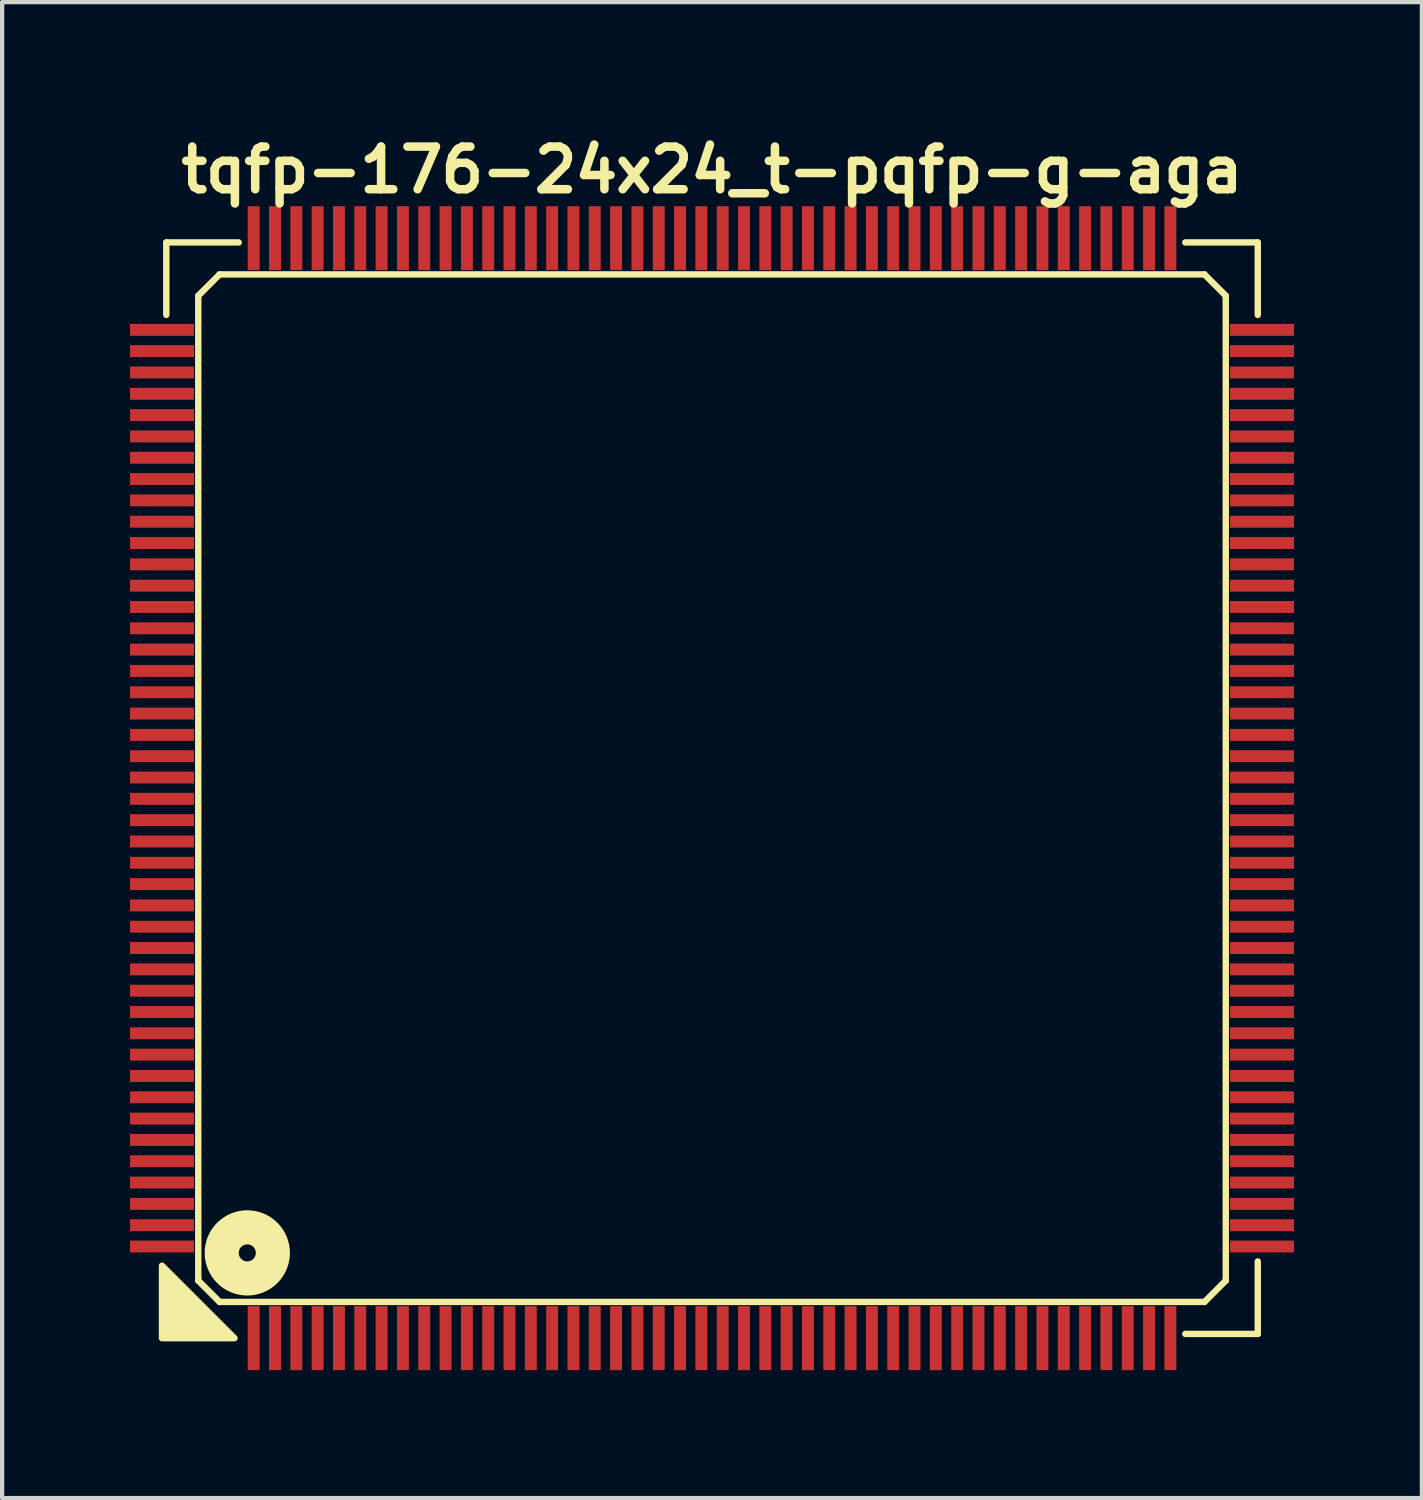
<source format=kicad_pcb>
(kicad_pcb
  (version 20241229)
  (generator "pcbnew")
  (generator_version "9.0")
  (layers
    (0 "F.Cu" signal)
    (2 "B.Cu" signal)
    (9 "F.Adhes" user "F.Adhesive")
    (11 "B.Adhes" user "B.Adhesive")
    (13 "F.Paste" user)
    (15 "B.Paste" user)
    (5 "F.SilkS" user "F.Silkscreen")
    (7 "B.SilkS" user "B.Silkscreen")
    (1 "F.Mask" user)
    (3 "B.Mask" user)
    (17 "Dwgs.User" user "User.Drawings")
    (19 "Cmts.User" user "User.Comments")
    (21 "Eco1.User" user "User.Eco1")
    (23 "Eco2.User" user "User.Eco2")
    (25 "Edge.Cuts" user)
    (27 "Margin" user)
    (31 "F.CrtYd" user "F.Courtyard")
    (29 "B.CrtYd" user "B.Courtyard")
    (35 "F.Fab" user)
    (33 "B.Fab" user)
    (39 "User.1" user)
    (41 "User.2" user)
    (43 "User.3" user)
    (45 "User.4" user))
  (footprint "tqfp-176-24x24_t-pqfp-g-aga"
    (layer "F.Cu")
    (at 13.65 15.436)
    (property "Reference" "tqfp-176-24x24_t-pqfp-g-aga" (at 0 -14.5 0) (layer "F.SilkS") (effects (font (size 1 1) (thickness 0.2))))
    (attr smd)
    (fp_line (start -12.8 -12.8) (end -11.1 -12.8) (stroke (width 0.15) (type solid)) (layer "F.SilkS"))
    (fp_line (start -12.8 -11.1) (end -12.8 -12.8) (stroke (width 0.15) (type solid)) (layer "F.SilkS"))
    (fp_line (start -12.05 -11.55) (end -11.55 -12.05) (stroke (width 0.15) (type solid)) (layer "F.SilkS"))
    (fp_line (start -12.05 11.55) (end -12.05 -11.55) (stroke (width 0.15) (type solid)) (layer "F.SilkS"))
    (fp_line (start -11.55 -12.05) (end 11.55 -12.05) (stroke (width 0.15) (type solid)) (layer "F.SilkS"))
    (fp_line (start -11.55 12.05) (end -12.05 11.55) (stroke (width 0.15) (type solid)) (layer "F.SilkS"))
    (fp_line (start 11.1 -12.8) (end 12.8 -12.8) (stroke (width 0.15) (type solid)) (layer "F.SilkS"))
    (fp_line (start 11.55 -12.05) (end 12.05 -11.55) (stroke (width 0.15) (type solid)) (layer "F.SilkS"))
    (fp_line (start 11.55 12.05) (end -11.55 12.05) (stroke (width 0.15) (type solid)) (layer "F.SilkS"))
    (fp_line (start 12.05 -11.55) (end 12.05 11.55) (stroke (width 0.15) (type solid)) (layer "F.SilkS"))
    (fp_line (start 12.05 11.55) (end 11.55 12.05) (stroke (width 0.15) (type solid)) (layer "F.SilkS"))
    (fp_line (start 12.8 -12.8) (end 12.8 -11.1) (stroke (width 0.15) (type solid)) (layer "F.SilkS"))
    (fp_line (start 12.8 11.1) (end 12.8 12.8) (stroke (width 0.15) (type solid)) (layer "F.SilkS"))
    (fp_line (start 12.8 12.8) (end 11.1 12.8) (stroke (width 0.15) (type solid)) (layer "F.SilkS"))
    (fp_circle (center -10.9 10.9) (end -10.7 10.9) (stroke (width 0.8) (type solid)) (fill no) (layer "F.SilkS"))
    (fp_poly (pts (xy -11.2 12.9) (xy -12.9 12.9) (xy -12.9 11.2)) (stroke (width 0.15) (type solid)) (fill yes) (layer "F.SilkS"))
    (pad "1" smd rect (at -10.75 12.9) (size 0.28 1.5) (layers "F.Cu" "F.Mask" "F.Paste"))
    (pad "2" smd rect (at -10.25 12.9) (size 0.28 1.5) (layers "F.Cu" "F.Mask" "F.Paste"))
    (pad "3" smd rect (at -9.75 12.9) (size 0.28 1.5) (layers "F.Cu" "F.Mask" "F.Paste"))
    (pad "4" smd rect (at -9.25 12.9) (size 0.28 1.5) (layers "F.Cu" "F.Mask" "F.Paste"))
    (pad "5" smd rect (at -8.75 12.9) (size 0.28 1.5) (layers "F.Cu" "F.Mask" "F.Paste"))
    (pad "6" smd rect (at -8.25 12.9) (size 0.28 1.5) (layers "F.Cu" "F.Mask" "F.Paste"))
    (pad "7" smd rect (at -7.75 12.9) (size 0.28 1.5) (layers "F.Cu" "F.Mask" "F.Paste"))
    (pad "8" smd rect (at -7.25 12.9) (size 0.28 1.5) (layers "F.Cu" "F.Mask" "F.Paste"))
    (pad "9" smd rect (at -6.75 12.9) (size 0.28 1.5) (layers "F.Cu" "F.Mask" "F.Paste"))
    (pad "10" smd rect (at -6.25 12.9) (size 0.28 1.5) (layers "F.Cu" "F.Mask" "F.Paste"))
    (pad "11" smd rect (at -5.75 12.9) (size 0.28 1.5) (layers "F.Cu" "F.Mask" "F.Paste"))
    (pad "12" smd rect (at -5.25 12.9) (size 0.28 1.5) (layers "F.Cu" "F.Mask" "F.Paste"))
    (pad "13" smd rect (at -4.75 12.9) (size 0.28 1.5) (layers "F.Cu" "F.Mask" "F.Paste"))
    (pad "14" smd rect (at -4.25 12.9) (size 0.28 1.5) (layers "F.Cu" "F.Mask" "F.Paste"))
    (pad "15" smd rect (at -3.75 12.9) (size 0.28 1.5) (layers "F.Cu" "F.Mask" "F.Paste"))
    (pad "16" smd rect (at -3.25 12.9) (size 0.28 1.5) (layers "F.Cu" "F.Mask" "F.Paste"))
    (pad "17" smd rect (at -2.75 12.9) (size 0.28 1.5) (layers "F.Cu" "F.Mask" "F.Paste"))
    (pad "18" smd rect (at -2.25 12.9) (size 0.28 1.5) (layers "F.Cu" "F.Mask" "F.Paste"))
    (pad "19" smd rect (at -1.75 12.9) (size 0.28 1.5) (layers "F.Cu" "F.Mask" "F.Paste"))
    (pad "20" smd rect (at -1.25 12.9) (size 0.28 1.5) (layers "F.Cu" "F.Mask" "F.Paste"))
    (pad "21" smd rect (at -0.75 12.9) (size 0.28 1.5) (layers "F.Cu" "F.Mask" "F.Paste"))
    (pad "22" smd rect (at -0.25 12.9) (size 0.28 1.5) (layers "F.Cu" "F.Mask" "F.Paste"))
    (pad "23" smd rect (at 0.25 12.9) (size 0.28 1.5) (layers "F.Cu" "F.Mask" "F.Paste"))
    (pad "24" smd rect (at 0.75 12.9) (size 0.28 1.5) (layers "F.Cu" "F.Mask" "F.Paste"))
    (pad "25" smd rect (at 1.25 12.9) (size 0.28 1.5) (layers "F.Cu" "F.Mask" "F.Paste"))
    (pad "26" smd rect (at 1.75 12.9) (size 0.28 1.5) (layers "F.Cu" "F.Mask" "F.Paste"))
    (pad "27" smd rect (at 2.25 12.9) (size 0.28 1.5) (layers "F.Cu" "F.Mask" "F.Paste"))
    (pad "28" smd rect (at 2.75 12.9) (size 0.28 1.5) (layers "F.Cu" "F.Mask" "F.Paste"))
    (pad "29" smd rect (at 3.25 12.9) (size 0.28 1.5) (layers "F.Cu" "F.Mask" "F.Paste"))
    (pad "30" smd rect (at 3.75 12.9) (size 0.28 1.5) (layers "F.Cu" "F.Mask" "F.Paste"))
    (pad "31" smd rect (at 4.25 12.9) (size 0.28 1.5) (layers "F.Cu" "F.Mask" "F.Paste"))
    (pad "32" smd rect (at 4.75 12.9) (size 0.28 1.5) (layers "F.Cu" "F.Mask" "F.Paste"))
    (pad "33" smd rect (at 5.25 12.9) (size 0.28 1.5) (layers "F.Cu" "F.Mask" "F.Paste"))
    (pad "34" smd rect (at 5.75 12.9) (size 0.28 1.5) (layers "F.Cu" "F.Mask" "F.Paste"))
    (pad "35" smd rect (at 6.25 12.9) (size 0.28 1.5) (layers "F.Cu" "F.Mask" "F.Paste"))
    (pad "36" smd rect (at 6.75 12.9) (size 0.28 1.5) (layers "F.Cu" "F.Mask" "F.Paste"))
    (pad "37" smd rect (at 7.25 12.9) (size 0.28 1.5) (layers "F.Cu" "F.Mask" "F.Paste"))
    (pad "38" smd rect (at 7.75 12.9) (size 0.28 1.5) (layers "F.Cu" "F.Mask" "F.Paste"))
    (pad "39" smd rect (at 8.25 12.9) (size 0.28 1.5) (layers "F.Cu" "F.Mask" "F.Paste"))
    (pad "40" smd rect (at 8.75 12.9) (size 0.28 1.5) (layers "F.Cu" "F.Mask" "F.Paste"))
    (pad "41" smd rect (at 9.25 12.9) (size 0.28 1.5) (layers "F.Cu" "F.Mask" "F.Paste"))
    (pad "42" smd rect (at 9.75 12.9) (size 0.28 1.5) (layers "F.Cu" "F.Mask" "F.Paste"))
    (pad "43" smd rect (at 10.25 12.9) (size 0.28 1.5) (layers "F.Cu" "F.Mask" "F.Paste"))
    (pad "44" smd rect (at 10.75 12.9) (size 0.28 1.5) (layers "F.Cu" "F.Mask" "F.Paste"))
    (pad "45" smd rect (at 12.9 10.75) (size 1.5 0.28) (layers "F.Cu" "F.Mask" "F.Paste"))
    (pad "46" smd rect (at 12.9 10.25) (size 1.5 0.28) (layers "F.Cu" "F.Mask" "F.Paste"))
    (pad "47" smd rect (at 12.9 9.75) (size 1.5 0.28) (layers "F.Cu" "F.Mask" "F.Paste"))
    (pad "48" smd rect (at 12.9 9.25) (size 1.5 0.28) (layers "F.Cu" "F.Mask" "F.Paste"))
    (pad "49" smd rect (at 12.9 8.75) (size 1.5 0.28) (layers "F.Cu" "F.Mask" "F.Paste"))
    (pad "50" smd rect (at 12.9 8.25) (size 1.5 0.28) (layers "F.Cu" "F.Mask" "F.Paste"))
    (pad "51" smd rect (at 12.9 7.75) (size 1.5 0.28) (layers "F.Cu" "F.Mask" "F.Paste"))
    (pad "52" smd rect (at 12.9 7.25) (size 1.5 0.28) (layers "F.Cu" "F.Mask" "F.Paste"))
    (pad "53" smd rect (at 12.9 6.75) (size 1.5 0.28) (layers "F.Cu" "F.Mask" "F.Paste"))
    (pad "54" smd rect (at 12.9 6.25) (size 1.5 0.28) (layers "F.Cu" "F.Mask" "F.Paste"))
    (pad "55" smd rect (at 12.9 5.75) (size 1.5 0.28) (layers "F.Cu" "F.Mask" "F.Paste"))
    (pad "56" smd rect (at 12.9 5.25) (size 1.5 0.28) (layers "F.Cu" "F.Mask" "F.Paste"))
    (pad "57" smd rect (at 12.9 4.75) (size 1.5 0.28) (layers "F.Cu" "F.Mask" "F.Paste"))
    (pad "58" smd rect (at 12.9 4.25) (size 1.5 0.28) (layers "F.Cu" "F.Mask" "F.Paste"))
    (pad "59" smd rect (at 12.9 3.75) (size 1.5 0.28) (layers "F.Cu" "F.Mask" "F.Paste"))
    (pad "60" smd rect (at 12.9 3.25) (size 1.5 0.28) (layers "F.Cu" "F.Mask" "F.Paste"))
    (pad "61" smd rect (at 12.9 2.75) (size 1.5 0.28) (layers "F.Cu" "F.Mask" "F.Paste"))
    (pad "62" smd rect (at 12.9 2.25) (size 1.5 0.28) (layers "F.Cu" "F.Mask" "F.Paste"))
    (pad "63" smd rect (at 12.9 1.75) (size 1.5 0.28) (layers "F.Cu" "F.Mask" "F.Paste"))
    (pad "64" smd rect (at 12.9 1.25) (size 1.5 0.28) (layers "F.Cu" "F.Mask" "F.Paste"))
    (pad "65" smd rect (at 12.9 0.75) (size 1.5 0.28) (layers "F.Cu" "F.Mask" "F.Paste"))
    (pad "66" smd rect (at 12.9 0.25) (size 1.5 0.28) (layers "F.Cu" "F.Mask" "F.Paste"))
    (pad "67" smd rect (at 12.9 -0.25) (size 1.5 0.28) (layers "F.Cu" "F.Mask" "F.Paste"))
    (pad "68" smd rect (at 12.9 -0.75) (size 1.5 0.28) (layers "F.Cu" "F.Mask" "F.Paste"))
    (pad "69" smd rect (at 12.9 -1.25) (size 1.5 0.28) (layers "F.Cu" "F.Mask" "F.Paste"))
    (pad "70" smd rect (at 12.9 -1.75) (size 1.5 0.28) (layers "F.Cu" "F.Mask" "F.Paste"))
    (pad "71" smd rect (at 12.9 -2.25) (size 1.5 0.28) (layers "F.Cu" "F.Mask" "F.Paste"))
    (pad "72" smd rect (at 12.9 -2.75) (size 1.5 0.28) (layers "F.Cu" "F.Mask" "F.Paste"))
    (pad "73" smd rect (at 12.9 -3.25) (size 1.5 0.28) (layers "F.Cu" "F.Mask" "F.Paste"))
    (pad "74" smd rect (at 12.9 -3.75) (size 1.5 0.28) (layers "F.Cu" "F.Mask" "F.Paste"))
    (pad "75" smd rect (at 12.9 -4.25) (size 1.5 0.28) (layers "F.Cu" "F.Mask" "F.Paste"))
    (pad "76" smd rect (at 12.9 -4.75) (size 1.5 0.28) (layers "F.Cu" "F.Mask" "F.Paste"))
    (pad "77" smd rect (at 12.9 -5.25) (size 1.5 0.28) (layers "F.Cu" "F.Mask" "F.Paste"))
    (pad "78" smd rect (at 12.9 -5.75) (size 1.5 0.28) (layers "F.Cu" "F.Mask" "F.Paste"))
    (pad "79" smd rect (at 12.9 -6.25) (size 1.5 0.28) (layers "F.Cu" "F.Mask" "F.Paste"))
    (pad "80" smd rect (at 12.9 -6.75) (size 1.5 0.28) (layers "F.Cu" "F.Mask" "F.Paste"))
    (pad "81" smd rect (at 12.9 -7.25) (size 1.5 0.28) (layers "F.Cu" "F.Mask" "F.Paste"))
    (pad "82" smd rect (at 12.9 -7.75) (size 1.5 0.28) (layers "F.Cu" "F.Mask" "F.Paste"))
    (pad "83" smd rect (at 12.9 -8.25) (size 1.5 0.28) (layers "F.Cu" "F.Mask" "F.Paste"))
    (pad "84" smd rect (at 12.9 -8.75) (size 1.5 0.28) (layers "F.Cu" "F.Mask" "F.Paste"))
    (pad "85" smd rect (at 12.9 -9.25) (size 1.5 0.28) (layers "F.Cu" "F.Mask" "F.Paste"))
    (pad "86" smd rect (at 12.9 -9.75) (size 1.5 0.28) (layers "F.Cu" "F.Mask" "F.Paste"))
    (pad "87" smd rect (at 12.9 -10.25) (size 1.5 0.28) (layers "F.Cu" "F.Mask" "F.Paste"))
    (pad "88" smd rect (at 12.9 -10.75) (size 1.5 0.28) (layers "F.Cu" "F.Mask" "F.Paste"))
    (pad "89" smd rect (at 10.75 -12.9) (size 0.28 1.5) (layers "F.Cu" "F.Mask" "F.Paste"))
    (pad "90" smd rect (at 10.25 -12.9) (size 0.28 1.5) (layers "F.Cu" "F.Mask" "F.Paste"))
    (pad "91" smd rect (at 9.75 -12.9) (size 0.28 1.5) (layers "F.Cu" "F.Mask" "F.Paste"))
    (pad "92" smd rect (at 9.25 -12.9) (size 0.28 1.5) (layers "F.Cu" "F.Mask" "F.Paste"))
    (pad "93" smd rect (at 8.75 -12.9) (size 0.28 1.5) (layers "F.Cu" "F.Mask" "F.Paste"))
    (pad "94" smd rect (at 8.25 -12.9) (size 0.28 1.5) (layers "F.Cu" "F.Mask" "F.Paste"))
    (pad "95" smd rect (at 7.75 -12.9) (size 0.28 1.5) (layers "F.Cu" "F.Mask" "F.Paste"))
    (pad "96" smd rect (at 7.25 -12.9) (size 0.28 1.5) (layers "F.Cu" "F.Mask" "F.Paste"))
    (pad "97" smd rect (at 6.75 -12.9) (size 0.28 1.5) (layers "F.Cu" "F.Mask" "F.Paste"))
    (pad "98" smd rect (at 6.25 -12.9) (size 0.28 1.5) (layers "F.Cu" "F.Mask" "F.Paste"))
    (pad "99" smd rect (at 5.75 -12.9) (size 0.28 1.5) (layers "F.Cu" "F.Mask" "F.Paste"))
    (pad "100" smd rect (at 5.25 -12.9) (size 0.28 1.5) (layers "F.Cu" "F.Mask" "F.Paste"))
    (pad "101" smd rect (at 4.75 -12.9) (size 0.28 1.5) (layers "F.Cu" "F.Mask" "F.Paste"))
    (pad "102" smd rect (at 4.25 -12.9) (size 0.28 1.5) (layers "F.Cu" "F.Mask" "F.Paste"))
    (pad "103" smd rect (at 3.75 -12.9) (size 0.28 1.5) (layers "F.Cu" "F.Mask" "F.Paste"))
    (pad "104" smd rect (at 3.25 -12.9) (size 0.28 1.5) (layers "F.Cu" "F.Mask" "F.Paste"))
    (pad "105" smd rect (at 2.75 -12.9) (size 0.28 1.5) (layers "F.Cu" "F.Mask" "F.Paste"))
    (pad "106" smd rect (at 2.25 -12.9) (size 0.28 1.5) (layers "F.Cu" "F.Mask" "F.Paste"))
    (pad "107" smd rect (at 1.75 -12.9) (size 0.28 1.5) (layers "F.Cu" "F.Mask" "F.Paste"))
    (pad "108" smd rect (at 1.25 -12.9) (size 0.28 1.5) (layers "F.Cu" "F.Mask" "F.Paste"))
    (pad "109" smd rect (at 0.75 -12.9) (size 0.28 1.5) (layers "F.Cu" "F.Mask" "F.Paste"))
    (pad "110" smd rect (at 0.25 -12.9) (size 0.28 1.5) (layers "F.Cu" "F.Mask" "F.Paste"))
    (pad "111" smd rect (at -0.25 -12.9) (size 0.28 1.5) (layers "F.Cu" "F.Mask" "F.Paste"))
    (pad "112" smd rect (at -0.75 -12.9) (size 0.28 1.5) (layers "F.Cu" "F.Mask" "F.Paste"))
    (pad "113" smd rect (at -1.25 -12.9) (size 0.28 1.5) (layers "F.Cu" "F.Mask" "F.Paste"))
    (pad "114" smd rect (at -1.75 -12.9) (size 0.28 1.5) (layers "F.Cu" "F.Mask" "F.Paste"))
    (pad "115" smd rect (at -2.25 -12.9) (size 0.28 1.5) (layers "F.Cu" "F.Mask" "F.Paste"))
    (pad "116" smd rect (at -2.75 -12.9) (size 0.28 1.5) (layers "F.Cu" "F.Mask" "F.Paste"))
    (pad "117" smd rect (at -3.25 -12.9) (size 0.28 1.5) (layers "F.Cu" "F.Mask" "F.Paste"))
    (pad "118" smd rect (at -3.75 -12.9) (size 0.28 1.5) (layers "F.Cu" "F.Mask" "F.Paste"))
    (pad "119" smd rect (at -4.25 -12.9) (size 0.28 1.5) (layers "F.Cu" "F.Mask" "F.Paste"))
    (pad "120" smd rect (at -4.75 -12.9) (size 0.28 1.5) (layers "F.Cu" "F.Mask" "F.Paste"))
    (pad "121" smd rect (at -5.25 -12.9) (size 0.28 1.5) (layers "F.Cu" "F.Mask" "F.Paste"))
    (pad "122" smd rect (at -5.75 -12.9) (size 0.28 1.5) (layers "F.Cu" "F.Mask" "F.Paste"))
    (pad "123" smd rect (at -6.25 -12.9) (size 0.28 1.5) (layers "F.Cu" "F.Mask" "F.Paste"))
    (pad "124" smd rect (at -6.75 -12.9) (size 0.28 1.5) (layers "F.Cu" "F.Mask" "F.Paste"))
    (pad "125" smd rect (at -7.25 -12.9) (size 0.28 1.5) (layers "F.Cu" "F.Mask" "F.Paste"))
    (pad "126" smd rect (at -7.75 -12.9) (size 0.28 1.5) (layers "F.Cu" "F.Mask" "F.Paste"))
    (pad "127" smd rect (at -8.25 -12.9) (size 0.28 1.5) (layers "F.Cu" "F.Mask" "F.Paste"))
    (pad "128" smd rect (at -8.75 -12.9) (size 0.28 1.5) (layers "F.Cu" "F.Mask" "F.Paste"))
    (pad "129" smd rect (at -9.25 -12.9) (size 0.28 1.5) (layers "F.Cu" "F.Mask" "F.Paste"))
    (pad "130" smd rect (at -9.75 -12.9) (size 0.28 1.5) (layers "F.Cu" "F.Mask" "F.Paste"))
    (pad "131" smd rect (at -10.25 -12.9) (size 0.28 1.5) (layers "F.Cu" "F.Mask" "F.Paste"))
    (pad "132" smd rect (at -10.75 -12.9) (size 0.28 1.5) (layers "F.Cu" "F.Mask" "F.Paste"))
    (pad "133" smd rect (at -12.9 -10.75) (size 1.5 0.28) (layers "F.Cu" "F.Mask" "F.Paste"))
    (pad "134" smd rect (at -12.9 -10.25) (size 1.5 0.28) (layers "F.Cu" "F.Mask" "F.Paste"))
    (pad "135" smd rect (at -12.9 -9.75) (size 1.5 0.28) (layers "F.Cu" "F.Mask" "F.Paste"))
    (pad "136" smd rect (at -12.9 -9.25) (size 1.5 0.28) (layers "F.Cu" "F.Mask" "F.Paste"))
    (pad "137" smd rect (at -12.9 -8.75) (size 1.5 0.28) (layers "F.Cu" "F.Mask" "F.Paste"))
    (pad "138" smd rect (at -12.9 -8.25) (size 1.5 0.28) (layers "F.Cu" "F.Mask" "F.Paste"))
    (pad "139" smd rect (at -12.9 -7.75) (size 1.5 0.28) (layers "F.Cu" "F.Mask" "F.Paste"))
    (pad "140" smd rect (at -12.9 -7.25) (size 1.5 0.28) (layers "F.Cu" "F.Mask" "F.Paste"))
    (pad "141" smd rect (at -12.9 -6.75) (size 1.5 0.28) (layers "F.Cu" "F.Mask" "F.Paste"))
    (pad "142" smd rect (at -12.9 -6.25) (size 1.5 0.28) (layers "F.Cu" "F.Mask" "F.Paste"))
    (pad "143" smd rect (at -12.9 -5.75) (size 1.5 0.28) (layers "F.Cu" "F.Mask" "F.Paste"))
    (pad "144" smd rect (at -12.9 -5.25) (size 1.5 0.28) (layers "F.Cu" "F.Mask" "F.Paste"))
    (pad "145" smd rect (at -12.9 -4.75) (size 1.5 0.28) (layers "F.Cu" "F.Mask" "F.Paste"))
    (pad "146" smd rect (at -12.9 -4.25) (size 1.5 0.28) (layers "F.Cu" "F.Mask" "F.Paste"))
    (pad "147" smd rect (at -12.9 -3.75) (size 1.5 0.28) (layers "F.Cu" "F.Mask" "F.Paste"))
    (pad "148" smd rect (at -12.9 -3.25) (size 1.5 0.28) (layers "F.Cu" "F.Mask" "F.Paste"))
    (pad "149" smd rect (at -12.9 -2.75) (size 1.5 0.28) (layers "F.Cu" "F.Mask" "F.Paste"))
    (pad "150" smd rect (at -12.9 -2.25) (size 1.5 0.28) (layers "F.Cu" "F.Mask" "F.Paste"))
    (pad "151" smd rect (at -12.9 -1.75) (size 1.5 0.28) (layers "F.Cu" "F.Mask" "F.Paste"))
    (pad "152" smd rect (at -12.9 -1.25) (size 1.5 0.28) (layers "F.Cu" "F.Mask" "F.Paste"))
    (pad "153" smd rect (at -12.9 -0.75) (size 1.5 0.28) (layers "F.Cu" "F.Mask" "F.Paste"))
    (pad "154" smd rect (at -12.9 -0.25) (size 1.5 0.28) (layers "F.Cu" "F.Mask" "F.Paste"))
    (pad "155" smd rect (at -12.9 0.25) (size 1.5 0.28) (layers "F.Cu" "F.Mask" "F.Paste"))
    (pad "156" smd rect (at -12.9 0.75) (size 1.5 0.28) (layers "F.Cu" "F.Mask" "F.Paste"))
    (pad "157" smd rect (at -12.9 1.25) (size 1.5 0.28) (layers "F.Cu" "F.Mask" "F.Paste"))
    (pad "158" smd rect (at -12.9 1.75) (size 1.5 0.28) (layers "F.Cu" "F.Mask" "F.Paste"))
    (pad "159" smd rect (at -12.9 2.25) (size 1.5 0.28) (layers "F.Cu" "F.Mask" "F.Paste"))
    (pad "160" smd rect (at -12.9 2.75) (size 1.5 0.28) (layers "F.Cu" "F.Mask" "F.Paste"))
    (pad "161" smd rect (at -12.9 3.25) (size 1.5 0.28) (layers "F.Cu" "F.Mask" "F.Paste"))
    (pad "162" smd rect (at -12.9 3.75) (size 1.5 0.28) (layers "F.Cu" "F.Mask" "F.Paste"))
    (pad "163" smd rect (at -12.9 4.25) (size 1.5 0.28) (layers "F.Cu" "F.Mask" "F.Paste"))
    (pad "164" smd rect (at -12.9 4.75) (size 1.5 0.28) (layers "F.Cu" "F.Mask" "F.Paste"))
    (pad "165" smd rect (at -12.9 5.25) (size 1.5 0.28) (layers "F.Cu" "F.Mask" "F.Paste"))
    (pad "166" smd rect (at -12.9 5.75) (size 1.5 0.28) (layers "F.Cu" "F.Mask" "F.Paste"))
    (pad "167" smd rect (at -12.9 6.25) (size 1.5 0.28) (layers "F.Cu" "F.Mask" "F.Paste"))
    (pad "168" smd rect (at -12.9 6.75) (size 1.5 0.28) (layers "F.Cu" "F.Mask" "F.Paste"))
    (pad "169" smd rect (at -12.9 7.25) (size 1.5 0.28) (layers "F.Cu" "F.Mask" "F.Paste"))
    (pad "170" smd rect (at -12.9 7.75) (size 1.5 0.28) (layers "F.Cu" "F.Mask" "F.Paste"))
    (pad "171" smd rect (at -12.9 8.25) (size 1.5 0.28) (layers "F.Cu" "F.Mask" "F.Paste"))
    (pad "172" smd rect (at -12.9 8.75) (size 1.5 0.28) (layers "F.Cu" "F.Mask" "F.Paste"))
    (pad "173" smd rect (at -12.9 9.25) (size 1.5 0.28) (layers "F.Cu" "F.Mask" "F.Paste"))
    (pad "174" smd rect (at -12.9 9.75) (size 1.5 0.28) (layers "F.Cu" "F.Mask" "F.Paste"))
    (pad "175" smd rect (at -12.9 10.25) (size 1.5 0.28) (layers "F.Cu" "F.Mask" "F.Paste"))
    (pad "176" smd rect (at -12.9 10.75) (size 1.5 0.28) (layers "F.Cu" "F.Mask" "F.Paste")))
  (gr_rect
    (start -3 -3)
    (end 30.3 32.086)
    (stroke (width 0.1) (type default))
    (fill no)
    (layer "Edge.Cuts")))
</source>
